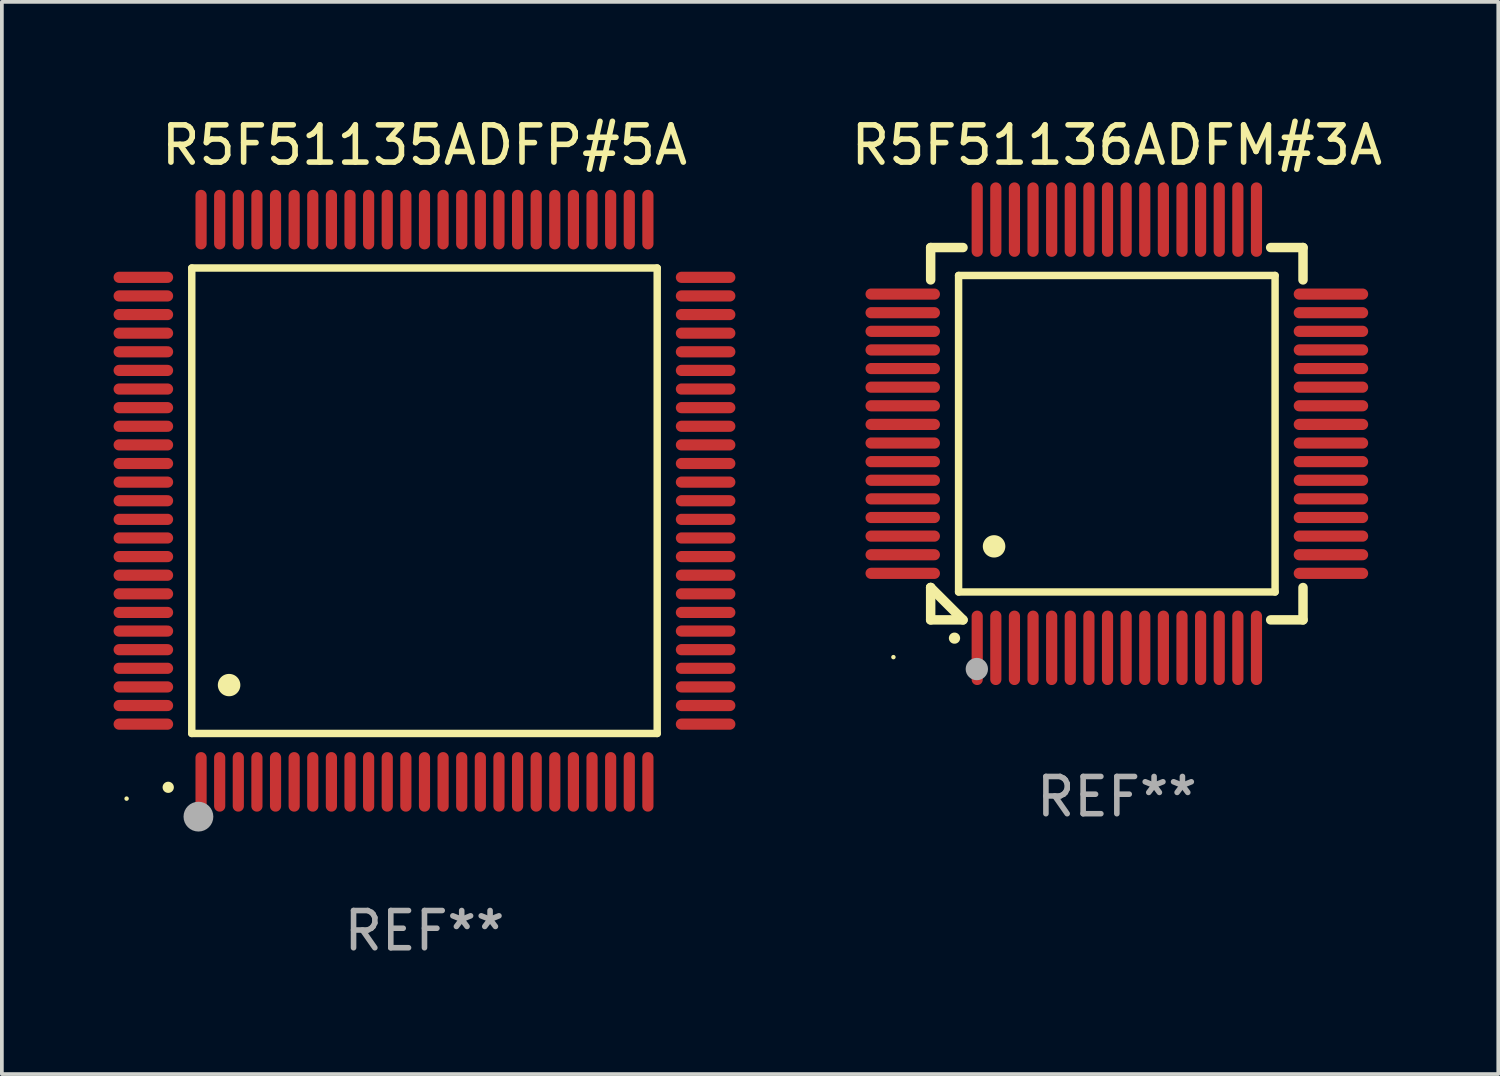
<source format=kicad_pcb>
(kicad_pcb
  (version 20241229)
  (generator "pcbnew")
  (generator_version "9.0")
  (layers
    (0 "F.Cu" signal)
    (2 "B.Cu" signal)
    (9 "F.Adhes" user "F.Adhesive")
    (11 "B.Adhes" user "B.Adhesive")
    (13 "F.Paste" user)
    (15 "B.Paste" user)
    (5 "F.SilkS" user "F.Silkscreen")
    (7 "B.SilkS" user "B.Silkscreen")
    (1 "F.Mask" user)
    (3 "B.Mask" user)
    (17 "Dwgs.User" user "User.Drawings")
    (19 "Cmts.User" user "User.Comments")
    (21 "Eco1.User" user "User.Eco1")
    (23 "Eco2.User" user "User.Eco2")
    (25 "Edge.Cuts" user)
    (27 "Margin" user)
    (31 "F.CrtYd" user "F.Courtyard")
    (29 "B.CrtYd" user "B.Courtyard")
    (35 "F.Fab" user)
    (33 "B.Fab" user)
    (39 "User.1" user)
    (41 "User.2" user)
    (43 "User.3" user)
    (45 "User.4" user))
  (footprint "R5F51136ADFM#3A"
    (layer "F.Cu")
    (at 26.944 8.598)
    (property "Reference" "R5F51136ADFM#3A" (at 0 -7.75 0) (layer "F.SilkS") (effects (font (size 1 1) (thickness 0.15))))
    (attr through_hole)
    (fp_line (start -5 -5) (end -4.131 -5) (stroke (width 0.254) (type solid)) (layer "F.SilkS"))
    (fp_line (start -5 -4.131) (end -5 -5) (stroke (width 0.254) (type solid)) (layer "F.SilkS"))
    (fp_line (start -5 4.131) (end -5 4.131) (stroke (width 0.254) (type solid)) (layer "F.SilkS"))
    (fp_line (start -5 5) (end -5 4.131) (stroke (width 0.254) (type solid)) (layer "F.SilkS"))
    (fp_line (start -5 4.131) (end -4.131 5) (stroke (width 0.254) (type solid)) (layer "F.SilkS"))
    (fp_line (start -4.25 -4.25) (end -4.25 4.25) (stroke (width 0.2) (type solid)) (layer "F.SilkS"))
    (fp_line (start -4.25 4.25) (end 4.25 4.25) (stroke (width 0.2) (type solid)) (layer "F.SilkS"))
    (fp_line (start -4.131 5) (end -5 5) (stroke (width 0.254) (type solid)) (layer "F.SilkS"))
    (fp_line (start 4.25 -4.25) (end -4.25 -4.25) (stroke (width 0.2) (type solid)) (layer "F.SilkS"))
    (fp_line (start 4.25 4.25) (end 4.25 -4.25) (stroke (width 0.2) (type solid)) (layer "F.SilkS"))
    (fp_line (start 5 -5) (end 4.131 -5) (stroke (width 0.254) (type solid)) (layer "F.SilkS"))
    (fp_line (start 5 -5) (end 5 -4.131) (stroke (width 0.254) (type solid)) (layer "F.SilkS"))
    (fp_line (start 5 4.131) (end 5 5) (stroke (width 0.254) (type solid)) (layer "F.SilkS"))
    (fp_line (start 5 5) (end 4.131 5) (stroke (width 0.254) (type solid)) (layer "F.SilkS"))
    (fp_arc (start -4.361265 5.489992) (mid -4.359995 5.489987) (end -4.358725 5.489992) (stroke (width 0.3) (type solid)) (layer "F.SilkS"))
    (fp_arc (start -3.299467 3.025146) (mid -3.296927 3.025135) (end -3.294387 3.025146) (stroke (width 0.6) (type solid)) (layer "F.SilkS"))
    (fp_circle (center -6 6) (end -5.97 6) (stroke (width 0.06) (type solid)) (fill no) (layer "F.SilkS"))
    (fp_circle (center -3.76 6.32) (end -3.61 6.32) (stroke (width 0.3) (type solid)) (fill no) (layer "F.Fab"))
    (fp_text user "REF**" (at 0 9.75 0) (layer "F.Fab") (effects (font (size 1 1) (thickness 0.15))))
    (pad "1" smd oval (at -3.75 5.75) (size 0.3 2) (layers "F.Cu" "F.Mask" "F.Paste"))
    (pad "2" smd oval (at -3.25 5.75) (size 0.3 2) (layers "F.Cu" "F.Mask" "F.Paste"))
    (pad "3" smd oval (at -2.75 5.75) (size 0.3 2) (layers "F.Cu" "F.Mask" "F.Paste"))
    (pad "4" smd oval (at -2.25 5.75) (size 0.3 2) (layers "F.Cu" "F.Mask" "F.Paste"))
    (pad "5" smd oval (at -1.75 5.75) (size 0.3 2) (layers "F.Cu" "F.Mask" "F.Paste"))
    (pad "6" smd oval (at -1.25 5.75) (size 0.3 2) (layers "F.Cu" "F.Mask" "F.Paste"))
    (pad "7" smd oval (at -0.75 5.75) (size 0.3 2) (layers "F.Cu" "F.Mask" "F.Paste"))
    (pad "8" smd oval (at -0.25 5.75) (size 0.3 2) (layers "F.Cu" "F.Mask" "F.Paste"))
    (pad "9" smd oval (at 0.25 5.75) (size 0.3 2) (layers "F.Cu" "F.Mask" "F.Paste"))
    (pad "10" smd oval (at 0.75 5.75) (size 0.3 2) (layers "F.Cu" "F.Mask" "F.Paste"))
    (pad "11" smd oval (at 1.25 5.75) (size 0.3 2) (layers "F.Cu" "F.Mask" "F.Paste"))
    (pad "12" smd oval (at 1.75 5.75) (size 0.3 2) (layers "F.Cu" "F.Mask" "F.Paste"))
    (pad "13" smd oval (at 2.25 5.75) (size 0.3 2) (layers "F.Cu" "F.Mask" "F.Paste"))
    (pad "14" smd oval (at 2.75 5.75) (size 0.3 2) (layers "F.Cu" "F.Mask" "F.Paste"))
    (pad "15" smd oval (at 3.25 5.75) (size 0.3 2) (layers "F.Cu" "F.Mask" "F.Paste"))
    (pad "16" smd oval (at 3.75 5.75) (size 0.3 2) (layers "F.Cu" "F.Mask" "F.Paste"))
    (pad "17" smd oval (at 5.75 3.75) (size 2 0.3) (layers "F.Cu" "F.Mask" "F.Paste"))
    (pad "18" smd oval (at 5.75 3.25) (size 2 0.3) (layers "F.Cu" "F.Mask" "F.Paste"))
    (pad "19" smd oval (at 5.75 2.75) (size 2 0.3) (layers "F.Cu" "F.Mask" "F.Paste"))
    (pad "20" smd oval (at 5.75 2.25) (size 2 0.3) (layers "F.Cu" "F.Mask" "F.Paste"))
    (pad "21" smd oval (at 5.75 1.75) (size 2 0.3) (layers "F.Cu" "F.Mask" "F.Paste"))
    (pad "22" smd oval (at 5.75 1.25) (size 2 0.3) (layers "F.Cu" "F.Mask" "F.Paste"))
    (pad "23" smd oval (at 5.75 0.75) (size 2 0.3) (layers "F.Cu" "F.Mask" "F.Paste"))
    (pad "24" smd oval (at 5.75 0.25) (size 2 0.3) (layers "F.Cu" "F.Mask" "F.Paste"))
    (pad "25" smd oval (at 5.75 -0.25) (size 2 0.3) (layers "F.Cu" "F.Mask" "F.Paste"))
    (pad "26" smd oval (at 5.75 -0.75) (size 2 0.3) (layers "F.Cu" "F.Mask" "F.Paste"))
    (pad "27" smd oval (at 5.75 -1.25) (size 2 0.3) (layers "F.Cu" "F.Mask" "F.Paste"))
    (pad "28" smd oval (at 5.75 -1.75) (size 2 0.3) (layers "F.Cu" "F.Mask" "F.Paste"))
    (pad "29" smd oval (at 5.75 -2.25) (size 2 0.3) (layers "F.Cu" "F.Mask" "F.Paste"))
    (pad "30" smd oval (at 5.75 -2.75) (size 2 0.3) (layers "F.Cu" "F.Mask" "F.Paste"))
    (pad "31" smd oval (at 5.75 -3.25) (size 2 0.3) (layers "F.Cu" "F.Mask" "F.Paste"))
    (pad "32" smd oval (at 5.75 -3.75) (size 2 0.3) (layers "F.Cu" "F.Mask" "F.Paste"))
    (pad "33" smd oval (at 3.75 -5.75) (size 0.3 2) (layers "F.Cu" "F.Mask" "F.Paste"))
    (pad "34" smd oval (at 3.25 -5.75) (size 0.3 2) (layers "F.Cu" "F.Mask" "F.Paste"))
    (pad "35" smd oval (at 2.75 -5.75) (size 0.3 2) (layers "F.Cu" "F.Mask" "F.Paste"))
    (pad "36" smd oval (at 2.25 -5.75) (size 0.3 2) (layers "F.Cu" "F.Mask" "F.Paste"))
    (pad "37" smd oval (at 1.75 -5.75) (size 0.3 2) (layers "F.Cu" "F.Mask" "F.Paste"))
    (pad "38" smd oval (at 1.25 -5.75) (size 0.3 2) (layers "F.Cu" "F.Mask" "F.Paste"))
    (pad "39" smd oval (at 0.75 -5.75) (size 0.3 2) (layers "F.Cu" "F.Mask" "F.Paste"))
    (pad "40" smd oval (at 0.25 -5.75) (size 0.3 2) (layers "F.Cu" "F.Mask" "F.Paste"))
    (pad "41" smd oval (at -0.25 -5.75) (size 0.3 2) (layers "F.Cu" "F.Mask" "F.Paste"))
    (pad "42" smd oval (at -0.75 -5.75) (size 0.3 2) (layers "F.Cu" "F.Mask" "F.Paste"))
    (pad "43" smd oval (at -1.25 -5.75) (size 0.3 2) (layers "F.Cu" "F.Mask" "F.Paste"))
    (pad "44" smd oval (at -1.75 -5.75) (size 0.3 2) (layers "F.Cu" "F.Mask" "F.Paste"))
    (pad "45" smd oval (at -2.25 -5.75) (size 0.3 2) (layers "F.Cu" "F.Mask" "F.Paste"))
    (pad "46" smd oval (at -2.75 -5.75) (size 0.3 2) (layers "F.Cu" "F.Mask" "F.Paste"))
    (pad "47" smd oval (at -3.25 -5.75) (size 0.3 2) (layers "F.Cu" "F.Mask" "F.Paste"))
    (pad "48" smd oval (at -3.75 -5.75) (size 0.3 2) (layers "F.Cu" "F.Mask" "F.Paste"))
    (pad "49" smd oval (at -5.75 -3.75) (size 2 0.3) (layers "F.Cu" "F.Mask" "F.Paste"))
    (pad "50" smd oval (at -5.75 -3.25) (size 2 0.3) (layers "F.Cu" "F.Mask" "F.Paste"))
    (pad "51" smd oval (at -5.75 -2.75) (size 2 0.3) (layers "F.Cu" "F.Mask" "F.Paste"))
    (pad "52" smd oval (at -5.75 -2.25) (size 2 0.3) (layers "F.Cu" "F.Mask" "F.Paste"))
    (pad "53" smd oval (at -5.75 -1.75) (size 2 0.3) (layers "F.Cu" "F.Mask" "F.Paste"))
    (pad "54" smd oval (at -5.75 -1.25) (size 2 0.3) (layers "F.Cu" "F.Mask" "F.Paste"))
    (pad "55" smd oval (at -5.75 -0.75) (size 2 0.3) (layers "F.Cu" "F.Mask" "F.Paste"))
    (pad "56" smd oval (at -5.75 -0.25) (size 2 0.3) (layers "F.Cu" "F.Mask" "F.Paste"))
    (pad "57" smd oval (at -5.75 0.25) (size 2 0.3) (layers "F.Cu" "F.Mask" "F.Paste"))
    (pad "58" smd oval (at -5.75 0.75) (size 2 0.3) (layers "F.Cu" "F.Mask" "F.Paste"))
    (pad "59" smd oval (at -5.75 1.25) (size 2 0.3) (layers "F.Cu" "F.Mask" "F.Paste"))
    (pad "60" smd oval (at -5.75 1.75) (size 2 0.3) (layers "F.Cu" "F.Mask" "F.Paste"))
    (pad "61" smd oval (at -5.75 2.25) (size 2 0.3) (layers "F.Cu" "F.Mask" "F.Paste"))
    (pad "62" smd oval (at -5.75 2.75) (size 2 0.3) (layers "F.Cu" "F.Mask" "F.Paste"))
    (pad "63" smd oval (at -5.75 3.25) (size 2 0.3) (layers "F.Cu" "F.Mask" "F.Paste"))
    (pad "64" smd oval (at -5.75 3.75) (size 2 0.3) (layers "F.Cu" "F.Mask" "F.Paste")))
  (footprint "R5F51135ADFP#5A"
    (layer "F.Cu")
    (at 8.35 10.398)
    (property "Reference" "R5F51135ADFP#5A" (at 0 -9.55 0) (layer "F.SilkS") (effects (font (size 1 1) (thickness 0.15))))
    (attr through_hole)
    (fp_line (start -6.25 -6.25) (end -6.25 6.25) (stroke (width 0.2) (type solid)) (layer "F.SilkS"))
    (fp_line (start -6.25 6.25) (end 6.25 6.25) (stroke (width 0.2) (type solid)) (layer "F.SilkS"))
    (fp_line (start 6.25 -6.25) (end -6.25 -6.25) (stroke (width 0.2) (type solid)) (layer "F.SilkS"))
    (fp_line (start 6.25 6.25) (end 6.25 -6.25) (stroke (width 0.2) (type solid)) (layer "F.SilkS"))
    (fp_arc (start -6.883414 7.696215) (mid -6.882144 7.69621) (end -6.880874 7.696215) (stroke (width 0.3) (type solid)) (layer "F.SilkS"))
    (fp_arc (start -5.250191 4.95047) (mid -5.247651 4.950459) (end -5.245111 4.95047) (stroke (width 0.6) (type solid)) (layer "F.SilkS"))
    (fp_circle (center -8 8) (end -7.97 8) (stroke (width 0.06) (type solid)) (fill no) (layer "F.SilkS"))
    (fp_circle (center -6.071 8.484) (end -5.871 8.484) (stroke (width 0.4) (type solid)) (fill no) (layer "F.Fab"))
    (fp_text user "REF**" (at 0 11.55 0) (layer "F.Fab") (effects (font (size 1 1) (thickness 0.15))))
    (pad "1" smd oval (at -6 7.55) (size 0.3 1.6) (layers "F.Cu" "F.Mask" "F.Paste"))
    (pad "2" smd oval (at -5.5 7.55) (size 0.3 1.6) (layers "F.Cu" "F.Mask" "F.Paste"))
    (pad "3" smd oval (at -5 7.55) (size 0.3 1.6) (layers "F.Cu" "F.Mask" "F.Paste"))
    (pad "4" smd oval (at -4.5 7.55) (size 0.3 1.6) (layers "F.Cu" "F.Mask" "F.Paste"))
    (pad "5" smd oval (at -4 7.55) (size 0.3 1.6) (layers "F.Cu" "F.Mask" "F.Paste"))
    (pad "6" smd oval (at -3.5 7.55) (size 0.3 1.6) (layers "F.Cu" "F.Mask" "F.Paste"))
    (pad "7" smd oval (at -3 7.55) (size 0.3 1.6) (layers "F.Cu" "F.Mask" "F.Paste"))
    (pad "8" smd oval (at -2.5 7.55) (size 0.3 1.6) (layers "F.Cu" "F.Mask" "F.Paste"))
    (pad "9" smd oval (at -2 7.55) (size 0.3 1.6) (layers "F.Cu" "F.Mask" "F.Paste"))
    (pad "10" smd oval (at -1.5 7.55) (size 0.3 1.6) (layers "F.Cu" "F.Mask" "F.Paste"))
    (pad "11" smd oval (at -1 7.55) (size 0.3 1.6) (layers "F.Cu" "F.Mask" "F.Paste"))
    (pad "12" smd oval (at -0.5 7.55) (size 0.3 1.6) (layers "F.Cu" "F.Mask" "F.Paste"))
    (pad "13" smd oval (at 0 7.55) (size 0.3 1.6) (layers "F.Cu" "F.Mask" "F.Paste"))
    (pad "14" smd oval (at 0.5 7.55) (size 0.3 1.6) (layers "F.Cu" "F.Mask" "F.Paste"))
    (pad "15" smd oval (at 1 7.55) (size 0.3 1.6) (layers "F.Cu" "F.Mask" "F.Paste"))
    (pad "16" smd oval (at 1.5 7.55) (size 0.3 1.6) (layers "F.Cu" "F.Mask" "F.Paste"))
    (pad "17" smd oval (at 2 7.55) (size 0.3 1.6) (layers "F.Cu" "F.Mask" "F.Paste"))
    (pad "18" smd oval (at 2.5 7.55) (size 0.3 1.6) (layers "F.Cu" "F.Mask" "F.Paste"))
    (pad "19" smd oval (at 3 7.55) (size 0.3 1.6) (layers "F.Cu" "F.Mask" "F.Paste"))
    (pad "20" smd oval (at 3.5 7.55) (size 0.3 1.6) (layers "F.Cu" "F.Mask" "F.Paste"))
    (pad "21" smd oval (at 4 7.55) (size 0.3 1.6) (layers "F.Cu" "F.Mask" "F.Paste"))
    (pad "22" smd oval (at 4.5 7.55) (size 0.3 1.6) (layers "F.Cu" "F.Mask" "F.Paste"))
    (pad "23" smd oval (at 5 7.55) (size 0.3 1.6) (layers "F.Cu" "F.Mask" "F.Paste"))
    (pad "24" smd oval (at 5.5 7.55) (size 0.3 1.6) (layers "F.Cu" "F.Mask" "F.Paste"))
    (pad "25" smd oval (at 6 7.55) (size 0.3 1.6) (layers "F.Cu" "F.Mask" "F.Paste"))
    (pad "26" smd oval (at 7.55 6) (size 1.6 0.3) (layers "F.Cu" "F.Mask" "F.Paste"))
    (pad "27" smd oval (at 7.55 5.5) (size 1.6 0.3) (layers "F.Cu" "F.Mask" "F.Paste"))
    (pad "28" smd oval (at 7.55 5) (size 1.6 0.3) (layers "F.Cu" "F.Mask" "F.Paste"))
    (pad "29" smd oval (at 7.55 4.5) (size 1.6 0.3) (layers "F.Cu" "F.Mask" "F.Paste"))
    (pad "30" smd oval (at 7.55 4) (size 1.6 0.3) (layers "F.Cu" "F.Mask" "F.Paste"))
    (pad "31" smd oval (at 7.55 3.5) (size 1.6 0.3) (layers "F.Cu" "F.Mask" "F.Paste"))
    (pad "32" smd oval (at 7.55 3) (size 1.6 0.3) (layers "F.Cu" "F.Mask" "F.Paste"))
    (pad "33" smd oval (at 7.55 2.5) (size 1.6 0.3) (layers "F.Cu" "F.Mask" "F.Paste"))
    (pad "34" smd oval (at 7.55 2) (size 1.6 0.3) (layers "F.Cu" "F.Mask" "F.Paste"))
    (pad "35" smd oval (at 7.55 1.5) (size 1.6 0.3) (layers "F.Cu" "F.Mask" "F.Paste"))
    (pad "36" smd oval (at 7.55 1) (size 1.6 0.3) (layers "F.Cu" "F.Mask" "F.Paste"))
    (pad "37" smd oval (at 7.55 0.5) (size 1.6 0.3) (layers "F.Cu" "F.Mask" "F.Paste"))
    (pad "38" smd oval (at 7.55 0) (size 1.6 0.3) (layers "F.Cu" "F.Mask" "F.Paste"))
    (pad "39" smd oval (at 7.55 -0.5) (size 1.6 0.3) (layers "F.Cu" "F.Mask" "F.Paste"))
    (pad "40" smd oval (at 7.55 -1) (size 1.6 0.3) (layers "F.Cu" "F.Mask" "F.Paste"))
    (pad "41" smd oval (at 7.55 -1.5) (size 1.6 0.3) (layers "F.Cu" "F.Mask" "F.Paste"))
    (pad "42" smd oval (at 7.55 -2) (size 1.6 0.3) (layers "F.Cu" "F.Mask" "F.Paste"))
    (pad "43" smd oval (at 7.55 -2.5) (size 1.6 0.3) (layers "F.Cu" "F.Mask" "F.Paste"))
    (pad "44" smd oval (at 7.55 -3) (size 1.6 0.3) (layers "F.Cu" "F.Mask" "F.Paste"))
    (pad "45" smd oval (at 7.55 -3.5) (size 1.6 0.3) (layers "F.Cu" "F.Mask" "F.Paste"))
    (pad "46" smd oval (at 7.55 -4) (size 1.6 0.3) (layers "F.Cu" "F.Mask" "F.Paste"))
    (pad "47" smd oval (at 7.55 -4.5) (size 1.6 0.3) (layers "F.Cu" "F.Mask" "F.Paste"))
    (pad "48" smd oval (at 7.55 -5) (size 1.6 0.3) (layers "F.Cu" "F.Mask" "F.Paste"))
    (pad "49" smd oval (at 7.55 -5.5) (size 1.6 0.3) (layers "F.Cu" "F.Mask" "F.Paste"))
    (pad "50" smd oval (at 7.55 -6) (size 1.6 0.3) (layers "F.Cu" "F.Mask" "F.Paste"))
    (pad "51" smd oval (at 6 -7.55) (size 0.3 1.6) (layers "F.Cu" "F.Mask" "F.Paste"))
    (pad "52" smd oval (at 5.5 -7.55) (size 0.3 1.6) (layers "F.Cu" "F.Mask" "F.Paste"))
    (pad "53" smd oval (at 5 -7.55) (size 0.3 1.6) (layers "F.Cu" "F.Mask" "F.Paste"))
    (pad "54" smd oval (at 4.5 -7.55) (size 0.3 1.6) (layers "F.Cu" "F.Mask" "F.Paste"))
    (pad "55" smd oval (at 4 -7.55) (size 0.3 1.6) (layers "F.Cu" "F.Mask" "F.Paste"))
    (pad "56" smd oval (at 3.5 -7.55) (size 0.3 1.6) (layers "F.Cu" "F.Mask" "F.Paste"))
    (pad "57" smd oval (at 3 -7.55) (size 0.3 1.6) (layers "F.Cu" "F.Mask" "F.Paste"))
    (pad "58" smd oval (at 2.5 -7.55) (size 0.3 1.6) (layers "F.Cu" "F.Mask" "F.Paste"))
    (pad "59" smd oval (at 2 -7.55) (size 0.3 1.6) (layers "F.Cu" "F.Mask" "F.Paste"))
    (pad "60" smd oval (at 1.5 -7.55) (size 0.3 1.6) (layers "F.Cu" "F.Mask" "F.Paste"))
    (pad "61" smd oval (at 1 -7.55) (size 0.3 1.6) (layers "F.Cu" "F.Mask" "F.Paste"))
    (pad "62" smd oval (at 0.5 -7.55) (size 0.3 1.6) (layers "F.Cu" "F.Mask" "F.Paste"))
    (pad "63" smd oval (at 0 -7.55) (size 0.3 1.6) (layers "F.Cu" "F.Mask" "F.Paste"))
    (pad "64" smd oval (at -0.5 -7.55) (size 0.3 1.6) (layers "F.Cu" "F.Mask" "F.Paste"))
    (pad "65" smd oval (at -1 -7.55) (size 0.3 1.6) (layers "F.Cu" "F.Mask" "F.Paste"))
    (pad "66" smd oval (at -1.5 -7.55) (size 0.3 1.6) (layers "F.Cu" "F.Mask" "F.Paste"))
    (pad "67" smd oval (at -2 -7.55) (size 0.3 1.6) (layers "F.Cu" "F.Mask" "F.Paste"))
    (pad "68" smd oval (at -2.5 -7.55) (size 0.3 1.6) (layers "F.Cu" "F.Mask" "F.Paste"))
    (pad "69" smd oval (at -3 -7.55) (size 0.3 1.6) (layers "F.Cu" "F.Mask" "F.Paste"))
    (pad "70" smd oval (at -3.5 -7.55) (size 0.3 1.6) (layers "F.Cu" "F.Mask" "F.Paste"))
    (pad "71" smd oval (at -4 -7.55) (size 0.3 1.6) (layers "F.Cu" "F.Mask" "F.Paste"))
    (pad "72" smd oval (at -4.5 -7.55) (size 0.3 1.6) (layers "F.Cu" "F.Mask" "F.Paste"))
    (pad "73" smd oval (at -5 -7.55) (size 0.3 1.6) (layers "F.Cu" "F.Mask" "F.Paste"))
    (pad "74" smd oval (at -5.5 -7.55) (size 0.3 1.6) (layers "F.Cu" "F.Mask" "F.Paste"))
    (pad "75" smd oval (at -6 -7.55) (size 0.3 1.6) (layers "F.Cu" "F.Mask" "F.Paste"))
    (pad "76" smd oval (at -7.55 -6) (size 1.6 0.3) (layers "F.Cu" "F.Mask" "F.Paste"))
    (pad "77" smd oval (at -7.55 -5.5) (size 1.6 0.3) (layers "F.Cu" "F.Mask" "F.Paste"))
    (pad "78" smd oval (at -7.55 -5) (size 1.6 0.3) (layers "F.Cu" "F.Mask" "F.Paste"))
    (pad "79" smd oval (at -7.55 -4.5) (size 1.6 0.3) (layers "F.Cu" "F.Mask" "F.Paste"))
    (pad "80" smd oval (at -7.55 -4) (size 1.6 0.3) (layers "F.Cu" "F.Mask" "F.Paste"))
    (pad "81" smd oval (at -7.55 -3.5) (size 1.6 0.3) (layers "F.Cu" "F.Mask" "F.Paste"))
    (pad "82" smd oval (at -7.55 -3) (size 1.6 0.3) (layers "F.Cu" "F.Mask" "F.Paste"))
    (pad "83" smd oval (at -7.55 -2.5) (size 1.6 0.3) (layers "F.Cu" "F.Mask" "F.Paste"))
    (pad "84" smd oval (at -7.55 -2) (size 1.6 0.3) (layers "F.Cu" "F.Mask" "F.Paste"))
    (pad "85" smd oval (at -7.55 -1.5) (size 1.6 0.3) (layers "F.Cu" "F.Mask" "F.Paste"))
    (pad "86" smd oval (at -7.55 -1) (size 1.6 0.3) (layers "F.Cu" "F.Mask" "F.Paste"))
    (pad "87" smd oval (at -7.55 -0.5) (size 1.6 0.3) (layers "F.Cu" "F.Mask" "F.Paste"))
    (pad "88" smd oval (at -7.55 0) (size 1.6 0.3) (layers "F.Cu" "F.Mask" "F.Paste"))
    (pad "89" smd oval (at -7.55 0.5) (size 1.6 0.3) (layers "F.Cu" "F.Mask" "F.Paste"))
    (pad "90" smd oval (at -7.55 1) (size 1.6 0.3) (layers "F.Cu" "F.Mask" "F.Paste"))
    (pad "91" smd oval (at -7.55 1.5) (size 1.6 0.3) (layers "F.Cu" "F.Mask" "F.Paste"))
    (pad "92" smd oval (at -7.55 2) (size 1.6 0.3) (layers "F.Cu" "F.Mask" "F.Paste"))
    (pad "93" smd oval (at -7.55 2.5) (size 1.6 0.3) (layers "F.Cu" "F.Mask" "F.Paste"))
    (pad "94" smd oval (at -7.55 3) (size 1.6 0.3) (layers "F.Cu" "F.Mask" "F.Paste"))
    (pad "95" smd oval (at -7.55 3.5) (size 1.6 0.3) (layers "F.Cu" "F.Mask" "F.Paste"))
    (pad "96" smd oval (at -7.55 4) (size 1.6 0.3) (layers "F.Cu" "F.Mask" "F.Paste"))
    (pad "97" smd oval (at -7.55 4.5) (size 1.6 0.3) (layers "F.Cu" "F.Mask" "F.Paste"))
    (pad "98" smd oval (at -7.55 5) (size 1.6 0.3) (layers "F.Cu" "F.Mask" "F.Paste"))
    (pad "99" smd oval (at -7.55 5.5) (size 1.6 0.3) (layers "F.Cu" "F.Mask" "F.Paste"))
    (pad "100" smd oval (at -7.55 6) (size 1.6 0.3) (layers "F.Cu" "F.Mask" "F.Paste")))
  (gr_rect
    (start -3 -3)
    (end 37.188 25.796)
    (stroke (width 0.1) (type default))
    (fill no)
    (layer "Edge.Cuts")))
</source>
